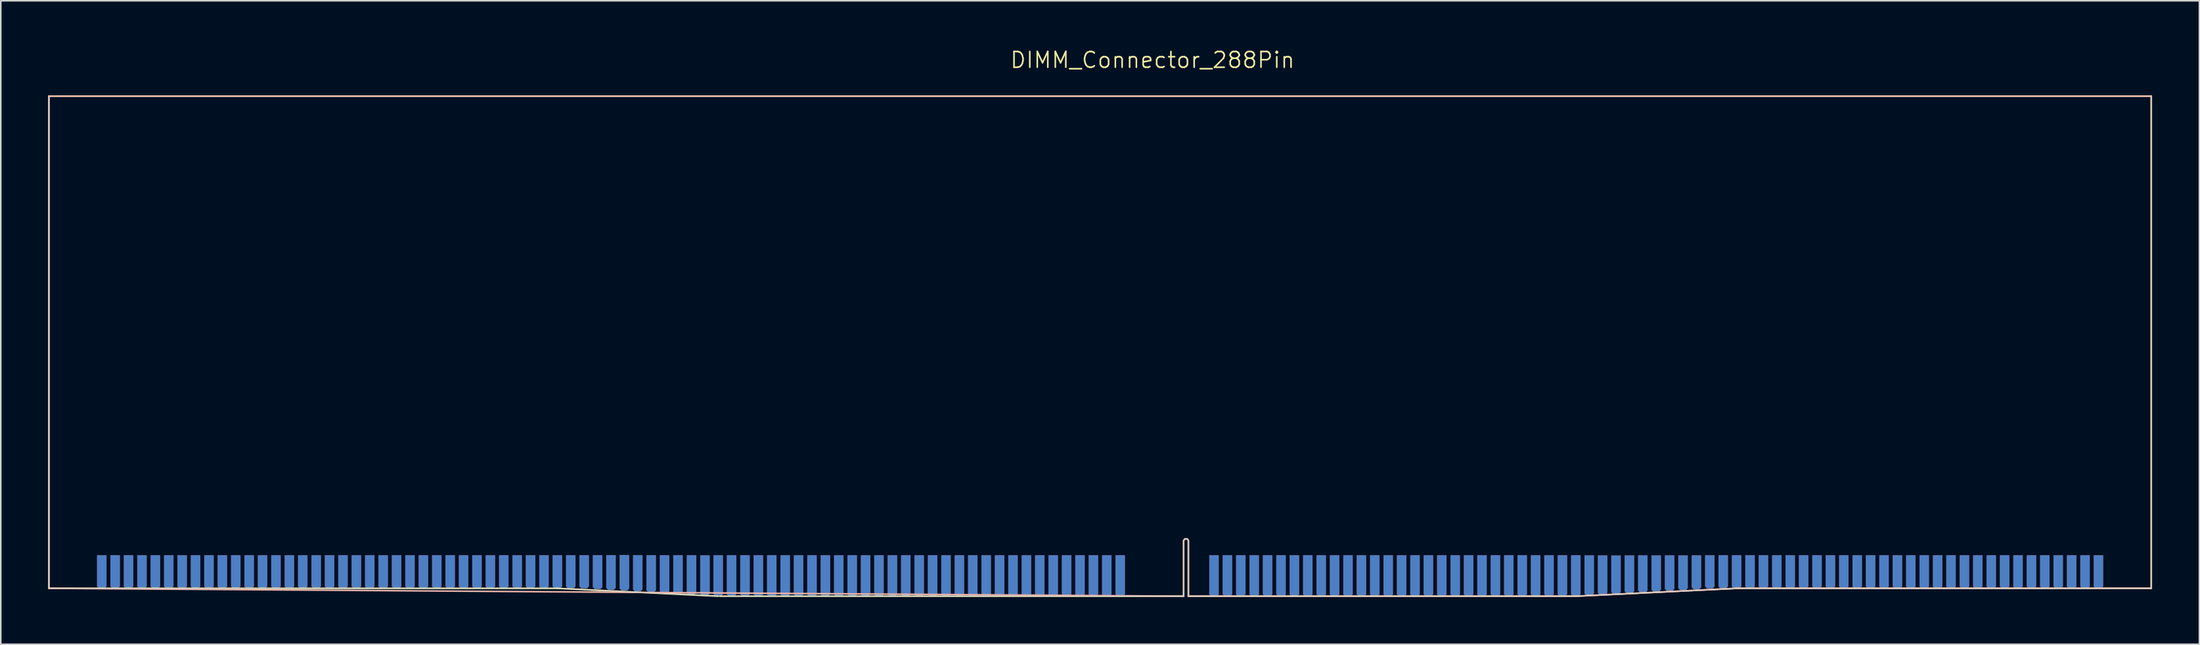
<source format=kicad_pcb>
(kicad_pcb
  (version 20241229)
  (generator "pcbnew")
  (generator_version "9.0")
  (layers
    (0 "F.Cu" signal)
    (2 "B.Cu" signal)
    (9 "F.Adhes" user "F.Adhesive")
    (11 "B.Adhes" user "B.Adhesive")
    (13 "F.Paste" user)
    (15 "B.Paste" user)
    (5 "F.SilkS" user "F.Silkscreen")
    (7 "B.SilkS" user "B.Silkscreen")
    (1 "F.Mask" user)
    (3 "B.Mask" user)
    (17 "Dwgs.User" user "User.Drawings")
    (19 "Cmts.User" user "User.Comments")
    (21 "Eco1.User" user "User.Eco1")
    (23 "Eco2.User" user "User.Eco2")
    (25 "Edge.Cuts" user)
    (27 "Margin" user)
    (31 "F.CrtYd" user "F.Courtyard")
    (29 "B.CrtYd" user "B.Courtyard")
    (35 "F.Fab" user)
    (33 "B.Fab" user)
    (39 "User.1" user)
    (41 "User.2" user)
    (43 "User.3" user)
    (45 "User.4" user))
  (footprint "DIMM_Connector_288Pin"
    (layer "F.Cu")
    (at 69.73 2.111)
    (property "Reference" "DIMM_Connector_288Pin" (at 0.325 -1.35 0) (unlocked yes) (layer "F.SilkS") (effects (font (size 1 1) (thickness 0.1))))
    (attr smd)
    (fp_line (start -66.325 0.95) (end 60.425 0.95) (stroke (width 0.1) (type default)) (layer "F.Mask"))
    (fp_rect (start -66.775 0.95) (end 61.05 28.79) (stroke (width 0.1) (type solid)) (fill yes) (layer "F.Mask"))
    (fp_rect (start -66.78 0.95) (end 61.05 28.79) (stroke (width 0.1) (type solid)) (fill yes) (layer "B.Mask"))
    (fp_line (start -69.675 0.95) (end 63.675 0.95) (stroke (width 0.1) (type default)) (layer "F.SilkS"))
    (fp_line (start -69.675 32.2) (end -69.675 0.95) (stroke (width 0.1) (type default)) (layer "F.SilkS"))
    (fp_line (start -37.425 32.2) (end -69.675 32.2) (stroke (width 0.1) (type default)) (layer "F.SilkS"))
    (fp_line (start -27.225 32.7) (end -37.425 32.2) (stroke (width 0.1) (type default)) (layer "F.SilkS"))
    (fp_line (start 2.3 32.7) (end -27.125 32.7) (stroke (width 0.1) (type default)) (layer "F.SilkS"))
    (fp_line (start 2.3 32.7) (end 2.3 29.2) (stroke (width 0.1) (type default)) (layer "F.SilkS"))
    (fp_line (start 2.6 29.2) (end 2.6 32.7) (stroke (width 0.1) (type default)) (layer "F.SilkS"))
    (fp_line (start 27.175 32.7) (end 2.6 32.7) (stroke (width 0.1) (type default)) (layer "F.SilkS"))
    (fp_line (start 37.375 32.2) (end 27.175 32.7) (stroke (width 0.1) (type default)) (layer "F.SilkS"))
    (fp_line (start 63.675 0.95) (end 63.675 32.2) (stroke (width 0.1) (type default)) (layer "F.SilkS"))
    (fp_line (start 63.675 32.2) (end 37.375 32.2) (stroke (width 0.1) (type default)) (layer "F.SilkS"))
    (fp_arc (start 2.3 29.2) (mid 2.45 29.05) (end 2.6 29.2) (stroke (width 0.1) (type default)) (layer "F.SilkS"))
    (fp_line (start -69.68 0.95) (end -69.68 32.2) (stroke (width 0.1) (type default)) (layer "B.SilkS"))
    (fp_line (start -69.68 32.2) (end 2.3 32.701) (stroke (width 0.1) (type default)) (layer "B.SilkS"))
    (fp_line (start 2.3 32.7) (end 2.3 29.2) (stroke (width 0.1) (type default)) (layer "B.SilkS"))
    (fp_line (start 2.6 29.2) (end 2.6 32.7) (stroke (width 0.1) (type default)) (layer "B.SilkS"))
    (fp_line (start 2.6 32.7) (end 27.18 32.7) (stroke (width 0.1) (type default)) (layer "B.SilkS"))
    (fp_line (start 27.18 32.7) (end 37.37 32.2) (stroke (width 0.1) (type default)) (layer "B.SilkS"))
    (fp_line (start 37.37 32.2) (end 63.68 32.2) (stroke (width 0.1) (type default)) (layer "B.SilkS"))
    (fp_line (start 63.68 0.95) (end -69.68 0.95) (stroke (width 0.1) (type default)) (layer "B.SilkS"))
    (fp_line (start 63.68 32.2) (end 63.68 0.95) (stroke (width 0.1) (type default)) (layer "B.SilkS"))
    (fp_arc (start 2.3 29.2) (mid 2.45 29.05) (end 2.6 29.2) (stroke (width 0.1) (type default)) (layer "B.SilkS"))
    (fp_line (start -69.675 0.95) (end -69.675 32.2) (stroke (width 0.05) (type solid)) (layer "Edge.Cuts"))
    (fp_line (start -69.675 32.2) (end -66.325 32.2) (stroke (width 0.05) (type solid)) (layer "Edge.Cuts"))
    (fp_line (start -66.325 32.2) (end -37.425 32.2) (stroke (width 0.05) (type solid)) (layer "Edge.Cuts"))
    (fp_line (start -27.225 32.7) (end -37.425 32.2) (stroke (width 0.05) (type default)) (layer "Edge.Cuts"))
    (fp_line (start -26.975 32.7) (end 2.3 32.7) (stroke (width 0.05) (type solid)) (layer "Edge.Cuts"))
    (fp_line (start 2.3 32.7) (end 2.3 29.2) (stroke (width 0.05) (type default)) (layer "Edge.Cuts"))
    (fp_line (start 2.6 29.2) (end 2.6 32.7) (stroke (width 0.05) (type default)) (layer "Edge.Cuts"))
    (fp_line (start 2.6 32.7) (end 4.225 32.7) (stroke (width 0.05) (type default)) (layer "Edge.Cuts"))
    (fp_line (start 27.175 32.7) (end 4.225 32.7) (stroke (width 0.05) (type solid)) (layer "Edge.Cuts"))
    (fp_line (start 27.175 32.7) (end 37.375 32.2) (stroke (width 0.05) (type default)) (layer "Edge.Cuts"))
    (fp_line (start 60.325 32.2) (end 37.375 32.2) (stroke (width 0.05) (type solid)) (layer "Edge.Cuts"))
    (fp_line (start 63.675 0.95) (end 63.675 32.2) (stroke (width 0.05) (type solid)) (layer "Edge.Cuts"))
    (fp_line (start 63.675 32.2) (end 60.325 32.2) (stroke (width 0.05) (type solid)) (layer "Edge.Cuts"))
    (fp_arc (start 2.3 29.2) (mid 2.45 29.05) (end 2.6 29.2) (stroke (width 0.05) (type default)) (layer "Edge.Cuts"))
    (pad "1" connect roundrect (at -66.325 31.15) (size 0.6 2.1) (layers "F.Cu" "F.Mask") (roundrect_rratio 0) (chamfer_ratio 0.2) (chamfer bottom_left bottom_right))
    (pad "2" connect roundrect (at -65.475 31.15) (size 0.6 2.1) (layers "F.Cu" "F.Mask") (roundrect_rratio 0) (chamfer_ratio 0.2) (chamfer bottom_left bottom_right))
    (pad "3" connect roundrect (at -64.625 31.15) (size 0.6 2.1) (layers "F.Cu" "F.Mask") (roundrect_rratio 0) (chamfer_ratio 0.2) (chamfer bottom_left bottom_right))
    (pad "4" connect roundrect (at -63.775 31.15) (size 0.6 2.1) (layers "F.Cu" "F.Mask") (roundrect_rratio 0) (chamfer_ratio 0.2) (chamfer bottom_left bottom_right))
    (pad "5" connect roundrect (at -62.925 31.15) (size 0.6 2.1) (layers "F.Cu" "F.Mask") (roundrect_rratio 0) (chamfer_ratio 0.2) (chamfer bottom_left bottom_right))
    (pad "6" connect roundrect (at -62.075 31.15) (size 0.6 2.1) (layers "F.Cu" "F.Mask") (roundrect_rratio 0) (chamfer_ratio 0.2) (chamfer bottom_left bottom_right))
    (pad "7" connect roundrect (at -61.225 31.15) (size 0.6 2.1) (layers "F.Cu" "F.Mask") (roundrect_rratio 0) (chamfer_ratio 0.2) (chamfer bottom_left bottom_right))
    (pad "8" connect roundrect (at -60.375 31.15) (size 0.6 2.1) (layers "F.Cu" "F.Mask") (roundrect_rratio 0) (chamfer_ratio 0.2) (chamfer bottom_left bottom_right))
    (pad "9" connect roundrect (at -59.525 31.15) (size 0.6 2.1) (layers "F.Cu" "F.Mask") (roundrect_rratio 0) (chamfer_ratio 0.2) (chamfer bottom_left bottom_right))
    (pad "10" connect roundrect (at -58.675 31.15) (size 0.6 2.1) (layers "F.Cu" "F.Mask") (roundrect_rratio 0) (chamfer_ratio 0.2) (chamfer bottom_left bottom_right))
    (pad "11" connect roundrect (at -57.825 31.15) (size 0.6 2.1) (layers "F.Cu" "F.Mask") (roundrect_rratio 0) (chamfer_ratio 0.2) (chamfer bottom_left bottom_right))
    (pad "12" connect roundrect (at -56.975 31.15) (size 0.6 2.1) (layers "F.Cu" "F.Mask") (roundrect_rratio 0) (chamfer_ratio 0.2) (chamfer bottom_left bottom_right))
    (pad "13" connect roundrect (at -56.125 31.15) (size 0.6 2.1) (layers "F.Cu" "F.Mask") (roundrect_rratio 0) (chamfer_ratio 0.2) (chamfer bottom_left bottom_right))
    (pad "14" connect roundrect (at -55.275 31.15) (size 0.6 2.1) (layers "F.Cu" "F.Mask") (roundrect_rratio 0) (chamfer_ratio 0.2) (chamfer bottom_left bottom_right))
    (pad "15" connect roundrect (at -54.425 31.15) (size 0.6 2.1) (layers "F.Cu" "F.Mask") (roundrect_rratio 0) (chamfer_ratio 0.2) (chamfer bottom_left bottom_right))
    (pad "16" connect roundrect (at -53.575 31.15) (size 0.6 2.1) (layers "F.Cu" "F.Mask") (roundrect_rratio 0) (chamfer_ratio 0.2) (chamfer bottom_left bottom_right))
    (pad "17" connect roundrect (at -52.725 31.15) (size 0.6 2.1) (layers "F.Cu" "F.Mask") (roundrect_rratio 0) (chamfer_ratio 0.2) (chamfer bottom_left bottom_right))
    (pad "18" connect roundrect (at -51.875 31.15) (size 0.6 2.1) (layers "F.Cu" "F.Mask") (roundrect_rratio 0) (chamfer_ratio 0.2) (chamfer bottom_left bottom_right))
    (pad "19" connect roundrect (at -51.025 31.15) (size 0.6 2.1) (layers "F.Cu" "F.Mask") (roundrect_rratio 0) (chamfer_ratio 0.2) (chamfer bottom_left bottom_right))
    (pad "20" connect roundrect (at -50.175 31.15) (size 0.6 2.1) (layers "F.Cu" "F.Mask") (roundrect_rratio 0) (chamfer_ratio 0.2) (chamfer bottom_left bottom_right))
    (pad "21" connect roundrect (at -49.325 31.15) (size 0.6 2.1) (layers "F.Cu" "F.Mask") (roundrect_rratio 0) (chamfer_ratio 0.2) (chamfer bottom_left bottom_right))
    (pad "22" connect roundrect (at -48.475 31.15) (size 0.6 2.1) (layers "F.Cu" "F.Mask") (roundrect_rratio 0) (chamfer_ratio 0.2) (chamfer bottom_left bottom_right))
    (pad "23" connect roundrect (at -47.625 31.15) (size 0.6 2.1) (layers "F.Cu" "F.Mask") (roundrect_rratio 0) (chamfer_ratio 0.2) (chamfer bottom_left bottom_right))
    (pad "24" connect roundrect (at -46.775 31.15) (size 0.6 2.1) (layers "F.Cu" "F.Mask") (roundrect_rratio 0) (chamfer_ratio 0.2) (chamfer bottom_left bottom_right))
    (pad "25" connect roundrect (at -45.925 31.15) (size 0.6 2.1) (layers "F.Cu" "F.Mask") (roundrect_rratio 0) (chamfer_ratio 0.2) (chamfer bottom_left bottom_right))
    (pad "26" connect roundrect (at -45.075 31.15) (size 0.6 2.1) (layers "F.Cu" "F.Mask") (roundrect_rratio 0) (chamfer_ratio 0.2) (chamfer bottom_left bottom_right))
    (pad "27" connect roundrect (at -44.225 31.15) (size 0.6 2.1) (layers "F.Cu" "F.Mask") (roundrect_rratio 0) (chamfer_ratio 0.2) (chamfer bottom_left bottom_right))
    (pad "28" connect roundrect (at -43.375 31.15) (size 0.6 2.1) (layers "F.Cu" "F.Mask") (roundrect_rratio 0) (chamfer_ratio 0.2) (chamfer bottom_left bottom_right))
    (pad "29" connect roundrect (at -42.525 31.15) (size 0.6 2.1) (layers "F.Cu" "F.Mask") (roundrect_rratio 0) (chamfer_ratio 0.2) (chamfer bottom_left bottom_right))
    (pad "30" connect roundrect (at -41.675 31.15) (size 0.6 2.1) (layers "F.Cu" "F.Mask") (roundrect_rratio 0) (chamfer_ratio 0.2) (chamfer bottom_left bottom_right))
    (pad "31" connect roundrect (at -40.825 31.15) (size 0.6 2.1) (layers "F.Cu" "F.Mask") (roundrect_rratio 0) (chamfer_ratio 0.2) (chamfer bottom_left bottom_right))
    (pad "32" connect roundrect (at -39.975 31.15) (size 0.6 2.1) (layers "F.Cu" "F.Mask") (roundrect_rratio 0) (chamfer_ratio 0.2) (chamfer bottom_left bottom_right))
    (pad "33" connect roundrect (at -39.125 31.15) (size 0.6 2.1) (layers "F.Cu" "F.Mask") (roundrect_rratio 0) (chamfer_ratio 0.2) (chamfer bottom_left bottom_right))
    (pad "34" connect roundrect (at -38.275 31.15) (size 0.6 2.1) (layers "F.Cu" "F.Mask") (roundrect_rratio 0) (chamfer_ratio 0.2) (chamfer bottom_left bottom_right))
    (pad "35" connect roundrect (at -37.425 31.15) (size 0.6 2.1) (layers "F.Cu" "F.Mask") (roundrect_rratio 0) (chamfer_ratio 0.2) (chamfer bottom_left bottom_right))
    (pad "36" connect roundrect (at -36.575 31.15) (size 0.6 2.1) (layers "F.Cu" "F.Mask") (roundrect_rratio 0) (chamfer_ratio 0.2) (chamfer bottom_left bottom_right))
    (pad "37" connect roundrect (at -35.725 31.15) (size 0.6 2.1) (layers "F.Cu" "F.Mask") (roundrect_rratio 0) (chamfer_ratio 0.2) (chamfer bottom_left bottom_right))
    (pad "38" connect roundrect (at -34.875 31.17) (size 0.6 2.15) (layers "F.Cu" "F.Mask") (roundrect_rratio 0) (chamfer_ratio 0.2) (chamfer bottom_left bottom_right))
    (pad "39" connect roundrect (at -34.025 31.19) (size 0.6 2.2) (layers "F.Cu" "F.Mask") (roundrect_rratio 0) (chamfer_ratio 0.2) (chamfer bottom_left bottom_right))
    (pad "40" connect roundrect (at -33.175 31.21) (size 0.6 2.25) (layers "F.Cu" "F.Mask") (roundrect_rratio 0) (chamfer_ratio 0.2) (chamfer bottom_left bottom_right))
    (pad "41" connect roundrect (at -32.325 31.24) (size 0.6 2.3) (layers "F.Cu" "F.Mask") (roundrect_rratio 0) (chamfer_ratio 0.2) (chamfer bottom_left bottom_right))
    (pad "42" connect roundrect (at -31.475 31.27) (size 0.6 2.35) (layers "F.Cu" "F.Mask") (roundrect_rratio 0) (chamfer_ratio 0.2) (chamfer bottom_left bottom_right))
    (pad "43" connect roundrect (at -30.625 31.3) (size 0.6 2.4) (layers "F.Cu" "F.Mask") (roundrect_rratio 0) (chamfer_ratio 0.2) (chamfer bottom_left bottom_right))
    (pad "44" connect roundrect (at -29.775 31.32) (size 0.6 2.45) (layers "F.Cu" "F.Mask") (roundrect_rratio 0) (chamfer_ratio 0.2) (chamfer bottom_left bottom_right))
    (pad "45" connect roundrect (at -28.915 31.35) (size 0.6 2.5) (layers "F.Cu" "F.Mask") (roundrect_rratio 0) (chamfer_ratio 0.2) (chamfer bottom_left bottom_right))
    (pad "46" connect roundrect (at -28.065 31.38) (size 0.6 2.55) (layers "F.Cu" "F.Mask") (roundrect_rratio 0) (chamfer_ratio 0.2) (chamfer bottom_left bottom_right))
    (pad "47" connect roundrect (at -27.225 31.4) (size 0.6 2.6) (layers "F.Cu" "F.Mask") (roundrect_rratio 0) (chamfer_ratio 0.2) (chamfer bottom_left bottom_right))
    (pad "48" connect roundrect (at -26.375 31.4) (size 0.6 2.6) (layers "F.Cu" "F.Mask") (roundrect_rratio 0) (chamfer_ratio 0.2) (chamfer bottom_left bottom_right))
    (pad "49" connect roundrect (at -25.525 31.4) (size 0.6 2.6) (layers "F.Cu" "F.Mask") (roundrect_rratio 0) (chamfer_ratio 0.2) (chamfer bottom_left bottom_right))
    (pad "50" connect roundrect (at -24.675 31.4) (size 0.6 2.6) (layers "F.Cu" "F.Mask") (roundrect_rratio 0) (chamfer_ratio 0.2) (chamfer bottom_left bottom_right))
    (pad "51" connect roundrect (at -23.825 31.4) (size 0.6 2.6) (layers "F.Cu" "F.Mask") (roundrect_rratio 0) (chamfer_ratio 0.2) (chamfer bottom_left bottom_right))
    (pad "52" connect roundrect (at -22.975 31.4) (size 0.6 2.6) (layers "F.Cu" "F.Mask") (roundrect_rratio 0) (chamfer_ratio 0.2) (chamfer bottom_left bottom_right))
    (pad "53" connect roundrect (at -22.125 31.4) (size 0.6 2.6) (layers "F.Cu" "F.Mask") (roundrect_rratio 0) (chamfer_ratio 0.2) (chamfer bottom_left bottom_right))
    (pad "54" connect roundrect (at -21.275 31.4) (size 0.6 2.6) (layers "F.Cu" "F.Mask") (roundrect_rratio 0) (chamfer_ratio 0.2) (chamfer bottom_left bottom_right))
    (pad "55" connect roundrect (at -20.425 31.4) (size 0.6 2.6) (layers "F.Cu" "F.Mask") (roundrect_rratio 0) (chamfer_ratio 0.2) (chamfer bottom_left bottom_right))
    (pad "56" connect roundrect (at -19.575 31.4) (size 0.6 2.6) (layers "F.Cu" "F.Mask") (roundrect_rratio 0) (chamfer_ratio 0.2) (chamfer bottom_left bottom_right))
    (pad "57" connect roundrect (at -18.725 31.4) (size 0.6 2.6) (layers "F.Cu" "F.Mask") (roundrect_rratio 0) (chamfer_ratio 0.2) (chamfer bottom_left bottom_right))
    (pad "58" connect roundrect (at -17.875 31.4) (size 0.6 2.6) (layers "F.Cu" "F.Mask") (roundrect_rratio 0) (chamfer_ratio 0.2) (chamfer bottom_left bottom_right))
    (pad "59" connect roundrect (at -17.025 31.4) (size 0.6 2.6) (layers "F.Cu" "F.Mask") (roundrect_rratio 0) (chamfer_ratio 0.2) (chamfer bottom_left bottom_right))
    (pad "60" connect roundrect (at -16.175 31.4) (size 0.6 2.6) (layers "F.Cu" "F.Mask") (roundrect_rratio 0) (chamfer_ratio 0.2) (chamfer bottom_left bottom_right))
    (pad "61" connect roundrect (at -15.325 31.4) (size 0.6 2.6) (layers "F.Cu" "F.Mask") (roundrect_rratio 0) (chamfer_ratio 0.2) (chamfer bottom_left bottom_right))
    (pad "62" connect roundrect (at -14.475 31.4) (size 0.6 2.6) (layers "F.Cu" "F.Mask") (roundrect_rratio 0) (chamfer_ratio 0.2) (chamfer bottom_left bottom_right))
    (pad "63" connect roundrect (at -13.625 31.4) (size 0.6 2.6) (layers "F.Cu" "F.Mask") (roundrect_rratio 0) (chamfer_ratio 0.2) (chamfer bottom_left bottom_right))
    (pad "64" connect roundrect (at -12.775 31.4) (size 0.6 2.6) (layers "F.Cu" "F.Mask") (roundrect_rratio 0) (chamfer_ratio 0.2) (chamfer bottom_left bottom_right))
    (pad "65" connect roundrect (at -11.925 31.4) (size 0.6 2.6) (layers "F.Cu" "F.Mask") (roundrect_rratio 0) (chamfer_ratio 0.2) (chamfer bottom_left bottom_right))
    (pad "66" connect roundrect (at -11.075 31.4) (size 0.6 2.6) (layers "F.Cu" "F.Mask") (roundrect_rratio 0) (chamfer_ratio 0.2) (chamfer bottom_left bottom_right))
    (pad "67" connect roundrect (at -10.225 31.4) (size 0.6 2.6) (layers "F.Cu" "F.Mask") (roundrect_rratio 0) (chamfer_ratio 0.2) (chamfer bottom_left bottom_right))
    (pad "68" connect roundrect (at -9.375 31.4) (size 0.6 2.6) (layers "F.Cu" "F.Mask") (roundrect_rratio 0) (chamfer_ratio 0.2) (chamfer bottom_left bottom_right))
    (pad "69" connect roundrect (at -8.525 31.4) (size 0.6 2.6) (layers "F.Cu" "F.Mask") (roundrect_rratio 0) (chamfer_ratio 0.2) (chamfer bottom_left bottom_right))
    (pad "70" connect roundrect (at -7.675 31.4) (size 0.6 2.6) (layers "F.Cu" "F.Mask") (roundrect_rratio 0) (chamfer_ratio 0.2) (chamfer bottom_left bottom_right))
    (pad "71" connect roundrect (at -6.825 31.4) (size 0.6 2.6) (layers "F.Cu" "F.Mask") (roundrect_rratio 0) (chamfer_ratio 0.2) (chamfer bottom_left bottom_right))
    (pad "72" connect roundrect (at -5.975 31.4) (size 0.6 2.6) (layers "F.Cu" "F.Mask") (roundrect_rratio 0) (chamfer_ratio 0.2) (chamfer bottom_left bottom_right))
    (pad "73" connect roundrect (at -5.125 31.4) (size 0.6 2.6) (layers "F.Cu" "F.Mask") (roundrect_rratio 0) (chamfer_ratio 0.2) (chamfer bottom_left bottom_right))
    (pad "74" connect roundrect (at -4.275 31.4) (size 0.6 2.6) (layers "F.Cu" "F.Mask") (roundrect_rratio 0) (chamfer_ratio 0.2) (chamfer bottom_left bottom_right))
    (pad "75" connect roundrect (at -3.425 31.4) (size 0.6 2.6) (layers "F.Cu" "F.Mask") (roundrect_rratio 0) (chamfer_ratio 0.2) (chamfer bottom_left bottom_right))
    (pad "76" connect roundrect (at -2.575 31.4) (size 0.6 2.6) (layers "F.Cu" "F.Mask") (roundrect_rratio 0) (chamfer_ratio 0.2) (chamfer bottom_left bottom_right))
    (pad "77" connect roundrect (at -1.725 31.4) (size 0.6 2.6) (layers "F.Cu" "F.Mask") (roundrect_rratio 0) (chamfer_ratio 0.2) (chamfer bottom_left bottom_right))
    (pad "78" connect roundrect (at 4.225 31.4) (size 0.6 2.6) (layers "F.Cu" "F.Mask") (roundrect_rratio 0) (chamfer_ratio 0.2) (chamfer bottom_left bottom_right))
    (pad "79" connect roundrect (at 5.075 31.4) (size 0.6 2.6) (layers "F.Cu" "F.Mask") (roundrect_rratio 0) (chamfer_ratio 0.2) (chamfer bottom_left bottom_right))
    (pad "80" connect roundrect (at 5.925 31.4) (size 0.6 2.6) (layers "F.Cu" "F.Mask") (roundrect_rratio 0) (chamfer_ratio 0.2) (chamfer bottom_left bottom_right))
    (pad "81" connect roundrect (at 6.775 31.4) (size 0.6 2.6) (layers "F.Cu" "F.Mask") (roundrect_rratio 0) (chamfer_ratio 0.2) (chamfer bottom_left bottom_right))
    (pad "82" connect roundrect (at 7.625 31.4) (size 0.6 2.6) (layers "F.Cu" "F.Mask") (roundrect_rratio 0) (chamfer_ratio 0.2) (chamfer bottom_left bottom_right))
    (pad "83" connect roundrect (at 8.475 31.4) (size 0.6 2.6) (layers "F.Cu" "F.Mask") (roundrect_rratio 0) (chamfer_ratio 0.2) (chamfer bottom_left bottom_right))
    (pad "84" connect roundrect (at 9.325 31.4) (size 0.6 2.6) (layers "F.Cu" "F.Mask") (roundrect_rratio 0) (chamfer_ratio 0.2) (chamfer bottom_left bottom_right))
    (pad "85" connect roundrect (at 10.175 31.4) (size 0.6 2.6) (layers "F.Cu" "F.Mask") (roundrect_rratio 0) (chamfer_ratio 0.2) (chamfer bottom_left bottom_right))
    (pad "86" connect roundrect (at 11.025 31.4) (size 0.6 2.6) (layers "F.Cu" "F.Mask") (roundrect_rratio 0) (chamfer_ratio 0.2) (chamfer bottom_left bottom_right))
    (pad "87" connect roundrect (at 11.875 31.4) (size 0.6 2.6) (layers "F.Cu" "F.Mask") (roundrect_rratio 0) (chamfer_ratio 0.2) (chamfer bottom_left bottom_right))
    (pad "88" connect roundrect (at 12.725 31.4) (size 0.6 2.6) (layers "F.Cu" "F.Mask") (roundrect_rratio 0) (chamfer_ratio 0.2) (chamfer bottom_left bottom_right))
    (pad "89" connect roundrect (at 13.575 31.4) (size 0.6 2.6) (layers "F.Cu" "F.Mask") (roundrect_rratio 0) (chamfer_ratio 0.2) (chamfer bottom_left bottom_right))
    (pad "90" connect roundrect (at 14.425 31.4) (size 0.6 2.6) (layers "F.Cu" "F.Mask") (roundrect_rratio 0) (chamfer_ratio 0.2) (chamfer bottom_left bottom_right))
    (pad "91" connect roundrect (at 15.275 31.4) (size 0.6 2.6) (layers "F.Cu" "F.Mask") (roundrect_rratio 0) (chamfer_ratio 0.2) (chamfer bottom_left bottom_right))
    (pad "92" connect roundrect (at 16.125 31.4) (size 0.6 2.6) (layers "F.Cu" "F.Mask") (roundrect_rratio 0) (chamfer_ratio 0.2) (chamfer bottom_left bottom_right))
    (pad "93" connect roundrect (at 16.975 31.4) (size 0.6 2.6) (layers "F.Cu" "F.Mask") (roundrect_rratio 0) (chamfer_ratio 0.2) (chamfer bottom_left bottom_right))
    (pad "94" connect roundrect (at 17.825 31.4) (size 0.6 2.6) (layers "F.Cu" "F.Mask") (roundrect_rratio 0) (chamfer_ratio 0.2) (chamfer bottom_left bottom_right))
    (pad "95" connect roundrect (at 18.675 31.4) (size 0.6 2.6) (layers "F.Cu" "F.Mask") (roundrect_rratio 0) (chamfer_ratio 0.2) (chamfer bottom_left bottom_right))
    (pad "96" connect roundrect (at 19.525 31.4) (size 0.6 2.6) (layers "F.Cu" "F.Mask") (roundrect_rratio 0) (chamfer_ratio 0.2) (chamfer bottom_left bottom_right))
    (pad "97" connect roundrect (at 20.375 31.4) (size 0.6 2.6) (layers "F.Cu" "F.Mask") (roundrect_rratio 0) (chamfer_ratio 0.2) (chamfer bottom_left bottom_right))
    (pad "98" connect roundrect (at 21.225 31.4) (size 0.6 2.6) (layers "F.Cu" "F.Mask") (roundrect_rratio 0) (chamfer_ratio 0.2) (chamfer bottom_left bottom_right))
    (pad "99" connect roundrect (at 22.075 31.4) (size 0.6 2.6) (layers "F.Cu" "F.Mask") (roundrect_rratio 0) (chamfer_ratio 0.2) (chamfer bottom_left bottom_right))
    (pad "100" connect roundrect (at 22.925 31.4) (size 0.6 2.6) (layers "F.Cu" "F.Mask") (roundrect_rratio 0) (chamfer_ratio 0.2) (chamfer bottom_left bottom_right))
    (pad "101" connect roundrect (at 23.775 31.4) (size 0.6 2.6) (layers "F.Cu" "F.Mask") (roundrect_rratio 0) (chamfer_ratio 0.2) (chamfer bottom_left bottom_right))
    (pad "102" connect roundrect (at 24.625 31.4) (size 0.6 2.6) (layers "F.Cu" "F.Mask") (roundrect_rratio 0) (chamfer_ratio 0.2) (chamfer bottom_left bottom_right))
    (pad "103" connect roundrect (at 25.475 31.4) (size 0.6 2.6) (layers "F.Cu" "F.Mask") (roundrect_rratio 0) (chamfer_ratio 0.2) (chamfer bottom_left bottom_right))
    (pad "104" connect roundrect (at 26.325 31.4) (size 0.6 2.6) (layers "F.Cu" "F.Mask") (roundrect_rratio 0) (chamfer_ratio 0.2) (chamfer bottom_left bottom_right))
    (pad "105" connect roundrect (at 27.175 31.4) (size 0.6 2.6) (layers "F.Cu" "F.Mask") (roundrect_rratio 0) (chamfer_ratio 0.2) (chamfer bottom_left bottom_right))
    (pad "106" connect roundrect (at 28.025 31.38) (size 0.6 2.55) (layers "F.Cu" "F.Mask") (roundrect_rratio 0) (chamfer_ratio 0.2) (chamfer bottom_left bottom_right))
    (pad "107" connect roundrect (at 28.875 31.36) (size 0.6 2.5) (layers "F.Cu" "F.Mask") (roundrect_rratio 0) (chamfer_ratio 0.2) (chamfer bottom_left bottom_right))
    (pad "108" connect roundrect (at 29.725 31.34) (size 0.6 2.45) (layers "F.Cu" "F.Mask") (roundrect_rratio 0) (chamfer_ratio 0.2) (chamfer bottom_left bottom_right))
    (pad "109" connect roundrect (at 30.575 31.31) (size 0.6 2.4) (layers "F.Cu" "F.Mask") (roundrect_rratio 0) (chamfer_ratio 0.2) (chamfer bottom_left bottom_right))
    (pad "110" connect roundrect (at 31.425 31.28) (size 0.6 2.35) (layers "F.Cu" "F.Mask") (roundrect_rratio 0) (chamfer_ratio 0.2) (chamfer bottom_left bottom_right))
    (pad "111" connect roundrect (at 32.275 31.26) (size 0.6 2.3) (layers "F.Cu" "F.Mask") (roundrect_rratio 0) (chamfer_ratio 0.2) (chamfer bottom_left bottom_right))
    (pad "112" connect roundrect (at 33.125 31.23) (size 0.6 2.25) (layers "F.Cu" "F.Mask") (roundrect_rratio 0) (chamfer_ratio 0.2) (chamfer bottom_left bottom_right))
    (pad "113" connect roundrect (at 33.975 31.21) (size 0.6 2.2) (layers "F.Cu" "F.Mask") (roundrect_rratio 0) (chamfer_ratio 0.2) (chamfer bottom_left bottom_right))
    (pad "114" connect roundrect (at 34.825 31.18) (size 0.6 2.15) (layers "F.Cu" "F.Mask") (roundrect_rratio 0) (chamfer_ratio 0.2) (chamfer bottom_left bottom_right))
    (pad "115" connect roundrect (at 35.675 31.15) (size 0.6 2.1) (layers "F.Cu" "F.Mask") (roundrect_rratio 0) (chamfer_ratio 0.2) (chamfer bottom_left bottom_right))
    (pad "116" connect roundrect (at 36.525 31.15) (size 0.6 2.1) (layers "F.Cu" "F.Mask") (roundrect_rratio 0) (chamfer_ratio 0.2) (chamfer bottom_left bottom_right))
    (pad "117" connect roundrect (at 37.375 31.15) (size 0.6 2.1) (layers "F.Cu" "F.Mask") (roundrect_rratio 0) (chamfer_ratio 0.2) (chamfer bottom_left bottom_right))
    (pad "118" connect roundrect (at 38.225 31.15) (size 0.6 2.1) (layers "F.Cu" "F.Mask") (roundrect_rratio 0) (chamfer_ratio 0.2) (chamfer bottom_left bottom_right))
    (pad "119" connect roundrect (at 39.075 31.15) (size 0.6 2.1) (layers "F.Cu" "F.Mask") (roundrect_rratio 0) (chamfer_ratio 0.2) (chamfer bottom_left bottom_right))
    (pad "120" connect roundrect (at 39.925 31.15) (size 0.6 2.1) (layers "F.Cu" "F.Mask") (roundrect_rratio 0) (chamfer_ratio 0.2) (chamfer bottom_left bottom_right))
    (pad "121" connect roundrect (at 40.775 31.15) (size 0.6 2.1) (layers "F.Cu" "F.Mask") (roundrect_rratio 0) (chamfer_ratio 0.2) (chamfer bottom_left bottom_right))
    (pad "122" connect roundrect (at 41.625 31.15) (size 0.6 2.1) (layers "F.Cu" "F.Mask") (roundrect_rratio 0) (chamfer_ratio 0.2) (chamfer bottom_left bottom_right))
    (pad "123" connect roundrect (at 42.475 31.15) (size 0.6 2.1) (layers "F.Cu" "F.Mask") (roundrect_rratio 0) (chamfer_ratio 0.2) (chamfer bottom_left bottom_right))
    (pad "124" connect roundrect (at 43.325 31.15) (size 0.6 2.1) (layers "F.Cu" "F.Mask") (roundrect_rratio 0) (chamfer_ratio 0.2) (chamfer bottom_left bottom_right))
    (pad "125" connect roundrect (at 44.175 31.15) (size 0.6 2.1) (layers "F.Cu" "F.Mask") (roundrect_rratio 0) (chamfer_ratio 0.2) (chamfer bottom_left bottom_right))
    (pad "126" connect roundrect (at 45.025 31.15) (size 0.6 2.1) (layers "F.Cu" "F.Mask") (roundrect_rratio 0) (chamfer_ratio 0.2) (chamfer bottom_left bottom_right))
    (pad "127" connect roundrect (at 45.875 31.15) (size 0.6 2.1) (layers "F.Cu" "F.Mask") (roundrect_rratio 0) (chamfer_ratio 0.2) (chamfer bottom_left bottom_right))
    (pad "128" connect roundrect (at 46.725 31.15) (size 0.6 2.1) (layers "F.Cu" "F.Mask") (roundrect_rratio 0) (chamfer_ratio 0.2) (chamfer bottom_left bottom_right))
    (pad "129" connect roundrect (at 47.575 31.15) (size 0.6 2.1) (layers "F.Cu" "F.Mask") (roundrect_rratio 0) (chamfer_ratio 0.2) (chamfer bottom_left bottom_right))
    (pad "130" connect roundrect (at 48.425 31.15) (size 0.6 2.1) (layers "F.Cu" "F.Mask") (roundrect_rratio 0) (chamfer_ratio 0.2) (chamfer bottom_left bottom_right))
    (pad "131" connect roundrect (at 49.275 31.15) (size 0.6 2.1) (layers "F.Cu" "F.Mask") (roundrect_rratio 0) (chamfer_ratio 0.2) (chamfer bottom_left bottom_right))
    (pad "132" connect roundrect (at 50.125 31.15) (size 0.6 2.1) (layers "F.Cu" "F.Mask") (roundrect_rratio 0) (chamfer_ratio 0.2) (chamfer bottom_left bottom_right))
    (pad "133" connect roundrect (at 50.975 31.15) (size 0.6 2.1) (layers "F.Cu" "F.Mask") (roundrect_rratio 0) (chamfer_ratio 0.2) (chamfer bottom_left bottom_right))
    (pad "134" connect roundrect (at 51.825 31.15) (size 0.6 2.1) (layers "F.Cu" "F.Mask") (roundrect_rratio 0) (chamfer_ratio 0.2) (chamfer bottom_left bottom_right))
    (pad "135" connect roundrect (at 52.675 31.15) (size 0.6 2.1) (layers "F.Cu" "F.Mask") (roundrect_rratio 0) (chamfer_ratio 0.2) (chamfer bottom_left bottom_right))
    (pad "136" connect roundrect (at 53.525 31.15) (size 0.6 2.1) (layers "F.Cu" "F.Mask") (roundrect_rratio 0) (chamfer_ratio 0.2) (chamfer bottom_left bottom_right))
    (pad "137" connect roundrect (at 54.375 31.15) (size 0.6 2.1) (layers "F.Cu" "F.Mask") (roundrect_rratio 0) (chamfer_ratio 0.2) (chamfer bottom_left bottom_right))
    (pad "138" connect roundrect (at 55.225 31.15) (size 0.6 2.1) (layers "F.Cu" "F.Mask") (roundrect_rratio 0) (chamfer_ratio 0.2) (chamfer bottom_left bottom_right))
    (pad "139" connect roundrect (at 56.075 31.15) (size 0.6 2.1) (layers "F.Cu" "F.Mask") (roundrect_rratio 0) (chamfer_ratio 0.2) (chamfer bottom_left bottom_right))
    (pad "140" connect roundrect (at 56.925 31.15) (size 0.6 2.1) (layers "F.Cu" "F.Mask") (roundrect_rratio 0) (chamfer_ratio 0.2) (chamfer bottom_left bottom_right))
    (pad "141" connect roundrect (at 57.775 31.15) (size 0.6 2.1) (layers "F.Cu" "F.Mask") (roundrect_rratio 0) (chamfer_ratio 0.2) (chamfer bottom_left bottom_right))
    (pad "142" connect roundrect (at 58.625 31.15) (size 0.6 2.1) (layers "F.Cu" "F.Mask") (roundrect_rratio 0) (chamfer_ratio 0.2) (chamfer bottom_left bottom_right))
    (pad "143" connect roundrect (at 59.475 31.15) (size 0.6 2.1) (layers "F.Cu" "F.Mask") (roundrect_rratio 0) (chamfer_ratio 0.2) (chamfer bottom_left bottom_right))
    (pad "144" connect roundrect (at 60.325 31.15) (size 0.6 2.1) (layers "F.Cu" "F.Mask") (roundrect_rratio 0) (chamfer_ratio 0.2) (chamfer bottom_left bottom_right))
    (pad "145" connect roundrect (at -66.325 31.15) (size 0.6 2.1) (layers "B.Cu" "B.Mask") (roundrect_rratio 0) (chamfer_ratio 0.2) (chamfer bottom_left bottom_right))
    (pad "146" connect roundrect (at -65.475 31.15) (size 0.6 2.1) (layers "B.Cu" "B.Mask") (roundrect_rratio 0) (chamfer_ratio 0.2) (chamfer bottom_left bottom_right))
    (pad "147" connect roundrect (at -64.625 31.15) (size 0.6 2.1) (layers "B.Cu" "B.Mask") (roundrect_rratio 0) (chamfer_ratio 0.2) (chamfer bottom_left bottom_right))
    (pad "148" connect roundrect (at -63.775 31.15) (size 0.6 2.1) (layers "B.Cu" "B.Mask") (roundrect_rratio 0) (chamfer_ratio 0.2) (chamfer bottom_left bottom_right))
    (pad "149" connect roundrect (at -62.925 31.15) (size 0.6 2.1) (layers "B.Cu" "B.Mask") (roundrect_rratio 0) (chamfer_ratio 0.2) (chamfer bottom_left bottom_right))
    (pad "150" connect roundrect (at -62.075 31.15) (size 0.6 2.1) (layers "B.Cu" "B.Mask") (roundrect_rratio 0) (chamfer_ratio 0.2) (chamfer bottom_left bottom_right))
    (pad "151" connect roundrect (at -61.225 31.15) (size 0.6 2.1) (layers "B.Cu" "B.Mask") (roundrect_rratio 0) (chamfer_ratio 0.2) (chamfer bottom_left bottom_right))
    (pad "152" connect roundrect (at -60.375 31.15) (size 0.6 2.1) (layers "B.Cu" "B.Mask") (roundrect_rratio 0) (chamfer_ratio 0.2) (chamfer bottom_left bottom_right))
    (pad "153" connect roundrect (at -59.525 31.15) (size 0.6 2.1) (layers "B.Cu" "B.Mask") (roundrect_rratio 0) (chamfer_ratio 0.2) (chamfer bottom_left bottom_right))
    (pad "154" connect roundrect (at -58.675 31.15) (size 0.6 2.1) (layers "B.Cu" "B.Mask") (roundrect_rratio 0) (chamfer_ratio 0.2) (chamfer bottom_left bottom_right))
    (pad "155" connect roundrect (at -57.825 31.15) (size 0.6 2.1) (layers "B.Cu" "B.Mask") (roundrect_rratio 0) (chamfer_ratio 0.2) (chamfer bottom_left bottom_right))
    (pad "156" connect roundrect (at -56.975 31.15) (size 0.6 2.1) (layers "B.Cu" "B.Mask") (roundrect_rratio 0) (chamfer_ratio 0.2) (chamfer bottom_left bottom_right))
    (pad "157" connect roundrect (at -56.125 31.15) (size 0.6 2.1) (layers "B.Cu" "B.Mask") (roundrect_rratio 0) (chamfer_ratio 0.2) (chamfer bottom_left bottom_right))
    (pad "158" connect roundrect (at -55.275 31.15) (size 0.6 2.1) (layers "B.Cu" "B.Mask") (roundrect_rratio 0) (chamfer_ratio 0.2) (chamfer bottom_left bottom_right))
    (pad "159" connect roundrect (at -54.425 31.15) (size 0.6 2.1) (layers "B.Cu" "B.Mask") (roundrect_rratio 0) (chamfer_ratio 0.2) (chamfer bottom_left bottom_right))
    (pad "160" connect roundrect (at -53.575 31.15) (size 0.6 2.1) (layers "B.Cu" "B.Mask") (roundrect_rratio 0) (chamfer_ratio 0.2) (chamfer bottom_left bottom_right))
    (pad "161" connect roundrect (at -52.725 31.15) (size 0.6 2.1) (layers "B.Cu" "B.Mask") (roundrect_rratio 0) (chamfer_ratio 0.2) (chamfer bottom_left bottom_right))
    (pad "162" connect roundrect (at -51.875 31.15) (size 0.6 2.1) (layers "B.Cu" "B.Mask") (roundrect_rratio 0) (chamfer_ratio 0.2) (chamfer bottom_left bottom_right))
    (pad "163" connect roundrect (at -51.025 31.15) (size 0.6 2.1) (layers "B.Cu" "B.Mask") (roundrect_rratio 0) (chamfer_ratio 0.2) (chamfer bottom_left bottom_right))
    (pad "164" connect roundrect (at -50.175 31.15) (size 0.6 2.1) (layers "B.Cu" "B.Mask") (roundrect_rratio 0) (chamfer_ratio 0.2) (chamfer bottom_left bottom_right))
    (pad "165" connect roundrect (at -49.325 31.15) (size 0.6 2.1) (layers "B.Cu" "B.Mask") (roundrect_rratio 0) (chamfer_ratio 0.2) (chamfer bottom_left bottom_right))
    (pad "166" connect roundrect (at -48.475 31.15) (size 0.6 2.1) (layers "B.Cu" "B.Mask") (roundrect_rratio 0) (chamfer_ratio 0.2) (chamfer bottom_left bottom_right))
    (pad "167" connect roundrect (at -47.625 31.15) (size 0.6 2.1) (layers "B.Cu" "B.Mask") (roundrect_rratio 0) (chamfer_ratio 0.2) (chamfer bottom_left bottom_right))
    (pad "168" connect roundrect (at -46.775 31.15) (size 0.6 2.1) (layers "B.Cu" "B.Mask") (roundrect_rratio 0) (chamfer_ratio 0.2) (chamfer bottom_left bottom_right))
    (pad "169" connect roundrect (at -45.925 31.15) (size 0.6 2.1) (layers "B.Cu" "B.Mask") (roundrect_rratio 0) (chamfer_ratio 0.2) (chamfer bottom_left bottom_right))
    (pad "170" connect roundrect (at -45.075 31.15) (size 0.6 2.1) (layers "B.Cu" "B.Mask") (roundrect_rratio 0) (chamfer_ratio 0.2) (chamfer bottom_left bottom_right))
    (pad "171" connect roundrect (at -44.225 31.15) (size 0.6 2.1) (layers "B.Cu" "B.Mask") (roundrect_rratio 0) (chamfer_ratio 0.2) (chamfer bottom_left bottom_right))
    (pad "172" connect roundrect (at -43.375 31.15) (size 0.6 2.1) (layers "B.Cu" "B.Mask") (roundrect_rratio 0) (chamfer_ratio 0.2) (chamfer bottom_left bottom_right))
    (pad "173" connect roundrect (at -42.525 31.15) (size 0.6 2.1) (layers "B.Cu" "B.Mask") (roundrect_rratio 0) (chamfer_ratio 0.2) (chamfer bottom_left bottom_right))
    (pad "174" connect roundrect (at -41.675 31.15) (size 0.6 2.1) (layers "B.Cu" "B.Mask") (roundrect_rratio 0) (chamfer_ratio 0.2) (chamfer bottom_left bottom_right))
    (pad "175" connect roundrect (at -40.825 31.15) (size 0.6 2.1) (layers "B.Cu" "B.Mask") (roundrect_rratio 0) (chamfer_ratio 0.2) (chamfer bottom_left bottom_right))
    (pad "176" connect roundrect (at -39.975 31.15) (size 0.6 2.1) (layers "B.Cu" "B.Mask") (roundrect_rratio 0) (chamfer_ratio 0.2) (chamfer bottom_left bottom_right))
    (pad "177" connect roundrect (at -39.125 31.15) (size 0.6 2.1) (layers "B.Cu" "B.Mask") (roundrect_rratio 0) (chamfer_ratio 0.2) (chamfer bottom_left bottom_right))
    (pad "178" connect roundrect (at -38.275 31.15) (size 0.6 2.1) (layers "B.Cu" "B.Mask") (roundrect_rratio 0) (chamfer_ratio 0.2) (chamfer bottom_left bottom_right))
    (pad "179" connect roundrect (at -37.425 31.15) (size 0.6 2.1) (layers "B.Cu" "B.Mask") (roundrect_rratio 0) (chamfer_ratio 0.2) (chamfer bottom_left bottom_right))
    (pad "180" connect roundrect (at -36.575 31.15) (size 0.6 2.1) (layers "B.Cu" "B.Mask") (roundrect_rratio 0) (chamfer_ratio 0.2) (chamfer bottom_left bottom_right))
    (pad "181" connect roundrect (at -35.725 31.15) (size 0.6 2.1) (layers "B.Cu" "B.Mask") (roundrect_rratio 0) (chamfer_ratio 0.2) (chamfer bottom_left bottom_right))
    (pad "182" connect roundrect (at -34.875 31.17) (size 0.6 2.15) (layers "B.Cu" "B.Mask") (roundrect_rratio 0) (chamfer_ratio 0.2) (chamfer bottom_left bottom_right))
    (pad "183" connect roundrect (at -34.025 31.19) (size 0.6 2.2) (layers "B.Cu" "B.Mask") (roundrect_rratio 0) (chamfer_ratio 0.2) (chamfer bottom_left bottom_right))
    (pad "184" connect roundrect (at -33.175 31.21) (size 0.6 2.25) (layers "B.Cu" "B.Mask") (roundrect_rratio 0) (chamfer_ratio 0.2) (chamfer bottom_left bottom_right))
    (pad "185" connect roundrect (at -32.325 31.24) (size 0.6 2.3) (layers "B.Cu" "B.Mask") (roundrect_rratio 0) (chamfer_ratio 0.2) (chamfer bottom_left bottom_right))
    (pad "186" connect roundrect (at -31.475 31.27) (size 0.6 2.35) (layers "B.Cu" "B.Mask") (roundrect_rratio 0) (chamfer_ratio 0.2) (chamfer bottom_left bottom_right))
    (pad "187" connect roundrect (at -30.625 31.3) (size 0.6 2.4) (layers "B.Cu" "B.Mask") (roundrect_rratio 0) (chamfer_ratio 0.2) (chamfer bottom_left bottom_right))
    (pad "188" connect roundrect (at -29.775 31.32) (size 0.6 2.45) (layers "B.Cu" "B.Mask") (roundrect_rratio 0) (chamfer_ratio 0.2) (chamfer bottom_left bottom_right))
    (pad "189" connect roundrect (at -28.915 31.35) (size 0.6 2.5) (layers "B.Cu" "B.Mask") (roundrect_rratio 0) (chamfer_ratio 0.2) (chamfer bottom_left bottom_right))
    (pad "190" connect roundrect (at -28.065 31.38) (size 0.6 2.55) (layers "B.Cu" "B.Mask") (roundrect_rratio 0) (chamfer_ratio 0.2) (chamfer bottom_left bottom_right))
    (pad "191" connect roundrect (at -27.225 31.4) (size 0.6 2.6) (layers "B.Cu" "B.Mask") (roundrect_rratio 0) (chamfer_ratio 0.2) (chamfer bottom_left bottom_right))
    (pad "192" connect roundrect (at -26.375 31.4) (size 0.6 2.6) (layers "B.Cu" "B.Mask") (roundrect_rratio 0) (chamfer_ratio 0.2) (chamfer bottom_left bottom_right))
    (pad "193" connect roundrect (at -25.525 31.4) (size 0.6 2.6) (layers "B.Cu" "B.Mask") (roundrect_rratio 0) (chamfer_ratio 0.2) (chamfer bottom_left bottom_right))
    (pad "194" connect roundrect (at -24.675 31.4) (size 0.6 2.6) (layers "B.Cu" "B.Mask") (roundrect_rratio 0) (chamfer_ratio 0.2) (chamfer bottom_left bottom_right))
    (pad "195" connect roundrect (at -23.825 31.4) (size 0.6 2.6) (layers "B.Cu" "B.Mask") (roundrect_rratio 0) (chamfer_ratio 0.2) (chamfer bottom_left bottom_right))
    (pad "196" connect roundrect (at -22.975 31.4) (size 0.6 2.6) (layers "B.Cu" "B.Mask") (roundrect_rratio 0) (chamfer_ratio 0.2) (chamfer bottom_left bottom_right))
    (pad "197" connect roundrect (at -22.125 31.4) (size 0.6 2.6) (layers "B.Cu" "B.Mask") (roundrect_rratio 0) (chamfer_ratio 0.2) (chamfer bottom_left bottom_right))
    (pad "198" connect roundrect (at -21.275 31.4) (size 0.6 2.6) (layers "B.Cu" "B.Mask") (roundrect_rratio 0) (chamfer_ratio 0.2) (chamfer bottom_left bottom_right))
    (pad "199" connect roundrect (at -20.425 31.4) (size 0.6 2.6) (layers "B.Cu" "B.Mask") (roundrect_rratio 0) (chamfer_ratio 0.2) (chamfer bottom_left bottom_right))
    (pad "200" connect roundrect (at -19.575 31.4) (size 0.6 2.6) (layers "B.Cu" "B.Mask") (roundrect_rratio 0) (chamfer_ratio 0.2) (chamfer bottom_left bottom_right))
    (pad "201" connect roundrect (at -18.725 31.4) (size 0.6 2.6) (layers "B.Cu" "B.Mask") (roundrect_rratio 0) (chamfer_ratio 0.2) (chamfer bottom_left bottom_right))
    (pad "202" connect roundrect (at -17.875 31.4) (size 0.6 2.6) (layers "B.Cu" "B.Mask") (roundrect_rratio 0) (chamfer_ratio 0.2) (chamfer bottom_left bottom_right))
    (pad "203" connect roundrect (at -17.025 31.4) (size 0.6 2.6) (layers "B.Cu" "B.Mask") (roundrect_rratio 0) (chamfer_ratio 0.2) (chamfer bottom_left bottom_right))
    (pad "204" connect roundrect (at -16.175 31.4) (size 0.6 2.6) (layers "B.Cu" "B.Mask") (roundrect_rratio 0) (chamfer_ratio 0.2) (chamfer bottom_left bottom_right))
    (pad "205" connect roundrect (at -15.325 31.4) (size 0.6 2.6) (layers "B.Cu" "B.Mask") (roundrect_rratio 0) (chamfer_ratio 0.2) (chamfer bottom_left bottom_right))
    (pad "206" connect roundrect (at -14.475 31.4) (size 0.6 2.6) (layers "B.Cu" "B.Mask") (roundrect_rratio 0) (chamfer_ratio 0.2) (chamfer bottom_left bottom_right))
    (pad "207" connect roundrect (at -13.625 31.4) (size 0.6 2.6) (layers "B.Cu" "B.Mask") (roundrect_rratio 0) (chamfer_ratio 0.2) (chamfer bottom_left bottom_right))
    (pad "208" connect roundrect (at -12.775 31.4) (size 0.6 2.6) (layers "B.Cu" "B.Mask") (roundrect_rratio 0) (chamfer_ratio 0.2) (chamfer bottom_left bottom_right))
    (pad "209" connect roundrect (at -11.925 31.4) (size 0.6 2.6) (layers "B.Cu" "B.Mask") (roundrect_rratio 0) (chamfer_ratio 0.2) (chamfer bottom_left bottom_right))
    (pad "210" connect roundrect (at -11.075 31.4) (size 0.6 2.6) (layers "B.Cu" "B.Mask") (roundrect_rratio 0) (chamfer_ratio 0.2) (chamfer bottom_left bottom_right))
    (pad "211" connect roundrect (at -10.225 31.4) (size 0.6 2.6) (layers "B.Cu" "B.Mask") (roundrect_rratio 0) (chamfer_ratio 0.2) (chamfer bottom_left bottom_right))
    (pad "212" connect roundrect (at -9.375 31.4) (size 0.6 2.6) (layers "B.Cu" "B.Mask") (roundrect_rratio 0) (chamfer_ratio 0.2) (chamfer bottom_left bottom_right))
    (pad "213" connect roundrect (at -8.525 31.4) (size 0.6 2.6) (layers "B.Cu" "B.Mask") (roundrect_rratio 0) (chamfer_ratio 0.2) (chamfer bottom_left bottom_right))
    (pad "214" connect roundrect (at -7.675 31.4) (size 0.6 2.6) (layers "B.Cu" "B.Mask") (roundrect_rratio 0) (chamfer_ratio 0.2) (chamfer bottom_left bottom_right))
    (pad "215" connect roundrect (at -6.825 31.4) (size 0.6 2.6) (layers "B.Cu" "B.Mask") (roundrect_rratio 0) (chamfer_ratio 0.2) (chamfer bottom_left bottom_right))
    (pad "216" connect roundrect (at -5.975 31.4) (size 0.6 2.6) (layers "B.Cu" "B.Mask") (roundrect_rratio 0) (chamfer_ratio 0.2) (chamfer bottom_left bottom_right))
    (pad "217" connect roundrect (at -5.125 31.4) (size 0.6 2.6) (layers "B.Cu" "B.Mask") (roundrect_rratio 0) (chamfer_ratio 0.2) (chamfer bottom_left bottom_right))
    (pad "218" connect roundrect (at -4.275 31.4) (size 0.6 2.6) (layers "B.Cu" "B.Mask") (roundrect_rratio 0) (chamfer_ratio 0.2) (chamfer bottom_left bottom_right))
    (pad "219" connect roundrect (at -3.425 31.4) (size 0.6 2.6) (layers "B.Cu" "B.Mask") (roundrect_rratio 0) (chamfer_ratio 0.2) (chamfer bottom_left bottom_right))
    (pad "220" connect roundrect (at -2.575 31.4) (size 0.6 2.6) (layers "B.Cu" "B.Mask") (roundrect_rratio 0) (chamfer_ratio 0.2) (chamfer bottom_left bottom_right))
    (pad "221" connect roundrect (at -1.725 31.4) (size 0.6 2.6) (layers "B.Cu" "B.Mask") (roundrect_rratio 0) (chamfer_ratio 0.2) (chamfer bottom_left bottom_right))
    (pad "222" connect roundrect (at 4.225 31.4) (size 0.6 2.6) (layers "B.Cu" "B.Mask") (roundrect_rratio 0) (chamfer_ratio 0.2) (chamfer bottom_left bottom_right))
    (pad "223" connect roundrect (at 5.075 31.4) (size 0.6 2.6) (layers "B.Cu" "B.Mask") (roundrect_rratio 0) (chamfer_ratio 0.2) (chamfer bottom_left bottom_right))
    (pad "224" connect roundrect (at 5.925 31.4) (size 0.6 2.6) (layers "B.Cu" "B.Mask") (roundrect_rratio 0) (chamfer_ratio 0.2) (chamfer bottom_left bottom_right))
    (pad "225" connect roundrect (at 6.775 31.4) (size 0.6 2.6) (layers "B.Cu" "B.Mask") (roundrect_rratio 0) (chamfer_ratio 0.2) (chamfer bottom_left bottom_right))
    (pad "226" connect roundrect (at 7.625 31.4) (size 0.6 2.6) (layers "B.Cu" "B.Mask") (roundrect_rratio 0) (chamfer_ratio 0.2) (chamfer bottom_left bottom_right))
    (pad "227" connect roundrect (at 8.475 31.4) (size 0.6 2.6) (layers "B.Cu" "B.Mask") (roundrect_rratio 0) (chamfer_ratio 0.2) (chamfer bottom_left bottom_right))
    (pad "228" connect roundrect (at 9.325 31.4) (size 0.6 2.6) (layers "B.Cu" "B.Mask") (roundrect_rratio 0) (chamfer_ratio 0.2) (chamfer bottom_left bottom_right))
    (pad "229" connect roundrect (at 10.175 31.4) (size 0.6 2.6) (layers "B.Cu" "B.Mask") (roundrect_rratio 0) (chamfer_ratio 0.2) (chamfer bottom_left bottom_right))
    (pad "230" connect roundrect (at 11.025 31.4) (size 0.6 2.6) (layers "B.Cu" "B.Mask") (roundrect_rratio 0) (chamfer_ratio 0.2) (chamfer bottom_left bottom_right))
    (pad "231" connect roundrect (at 11.875 31.4) (size 0.6 2.6) (layers "B.Cu" "B.Mask") (roundrect_rratio 0) (chamfer_ratio 0.2) (chamfer bottom_left bottom_right))
    (pad "232" connect roundrect (at 12.725 31.4) (size 0.6 2.6) (layers "B.Cu" "B.Mask") (roundrect_rratio 0) (chamfer_ratio 0.2) (chamfer bottom_left bottom_right))
    (pad "233" connect roundrect (at 13.575 31.4) (size 0.6 2.6) (layers "B.Cu" "B.Mask") (roundrect_rratio 0) (chamfer_ratio 0.2) (chamfer bottom_left bottom_right))
    (pad "234" connect roundrect (at 14.425 31.4) (size 0.6 2.6) (layers "B.Cu" "B.Mask") (roundrect_rratio 0) (chamfer_ratio 0.2) (chamfer bottom_left bottom_right))
    (pad "235" connect roundrect (at 15.275 31.4) (size 0.6 2.6) (layers "B.Cu" "B.Mask") (roundrect_rratio 0) (chamfer_ratio 0.2) (chamfer bottom_left bottom_right))
    (pad "236" connect roundrect (at 16.125 31.4) (size 0.6 2.6) (layers "B.Cu" "B.Mask") (roundrect_rratio 0) (chamfer_ratio 0.2) (chamfer bottom_left bottom_right))
    (pad "237" connect roundrect (at 16.975 31.4) (size 0.6 2.6) (layers "B.Cu" "B.Mask") (roundrect_rratio 0) (chamfer_ratio 0.2) (chamfer bottom_left bottom_right))
    (pad "238" connect roundrect (at 17.825 31.4) (size 0.6 2.6) (layers "B.Cu" "B.Mask") (roundrect_rratio 0) (chamfer_ratio 0.2) (chamfer bottom_left bottom_right))
    (pad "239" connect roundrect (at 18.675 31.4) (size 0.6 2.6) (layers "B.Cu" "B.Mask") (roundrect_rratio 0) (chamfer_ratio 0.2) (chamfer bottom_left bottom_right))
    (pad "240" connect roundrect (at 19.525 31.4) (size 0.6 2.6) (layers "B.Cu" "B.Mask") (roundrect_rratio 0) (chamfer_ratio 0.2) (chamfer bottom_left bottom_right))
    (pad "241" connect roundrect (at 20.375 31.4) (size 0.6 2.6) (layers "B.Cu" "B.Mask") (roundrect_rratio 0) (chamfer_ratio 0.2) (chamfer bottom_left bottom_right))
    (pad "242" connect roundrect (at 21.225 31.4) (size 0.6 2.6) (layers "B.Cu" "B.Mask") (roundrect_rratio 0) (chamfer_ratio 0.2) (chamfer bottom_left bottom_right))
    (pad "243" connect roundrect (at 22.075 31.4) (size 0.6 2.6) (layers "B.Cu" "B.Mask") (roundrect_rratio 0) (chamfer_ratio 0.2) (chamfer bottom_left bottom_right))
    (pad "244" connect roundrect (at 22.925 31.4) (size 0.6 2.6) (layers "B.Cu" "B.Mask") (roundrect_rratio 0) (chamfer_ratio 0.2) (chamfer bottom_left bottom_right))
    (pad "245" connect roundrect (at 23.775 31.4) (size 0.6 2.6) (layers "B.Cu" "B.Mask") (roundrect_rratio 0) (chamfer_ratio 0.2) (chamfer bottom_left bottom_right))
    (pad "246" connect roundrect (at 24.625 31.4) (size 0.6 2.6) (layers "B.Cu" "B.Mask") (roundrect_rratio 0) (chamfer_ratio 0.2) (chamfer bottom_left bottom_right))
    (pad "247" connect roundrect (at 25.475 31.4) (size 0.6 2.6) (layers "B.Cu" "B.Mask") (roundrect_rratio 0) (chamfer_ratio 0.2) (chamfer bottom_left bottom_right))
    (pad "248" connect roundrect (at 26.325 31.4) (size 0.6 2.6) (layers "B.Cu" "B.Mask") (roundrect_rratio 0) (chamfer_ratio 0.2) (chamfer bottom_left bottom_right))
    (pad "249" connect roundrect (at 27.175 31.4) (size 0.6 2.6) (layers "B.Cu" "B.Mask") (roundrect_rratio 0) (chamfer_ratio 0.2) (chamfer bottom_left bottom_right))
    (pad "250" connect roundrect (at 28.025 31.38) (size 0.6 2.55) (layers "B.Cu" "B.Mask") (roundrect_rratio 0) (chamfer_ratio 0.2) (chamfer bottom_left bottom_right))
    (pad "251" connect roundrect (at 28.875 31.36) (size 0.6 2.5) (layers "B.Cu" "B.Mask") (roundrect_rratio 0) (chamfer_ratio 0.2) (chamfer bottom_left bottom_right))
    (pad "252" connect roundrect (at 29.725 31.34) (size 0.6 2.45) (layers "B.Cu" "B.Mask") (roundrect_rratio 0) (chamfer_ratio 0.2) (chamfer bottom_left bottom_right))
    (pad "253" connect roundrect (at 30.575 31.31) (size 0.6 2.4) (layers "B.Cu" "B.Mask") (roundrect_rratio 0) (chamfer_ratio 0.2) (chamfer bottom_left bottom_right))
    (pad "254" connect roundrect (at 31.425 31.28) (size 0.6 2.35) (layers "B.Cu" "B.Mask") (roundrect_rratio 0) (chamfer_ratio 0.2) (chamfer bottom_left bottom_right))
    (pad "255" connect roundrect (at 32.275 31.26) (size 0.6 2.3) (layers "B.Cu" "B.Mask") (roundrect_rratio 0) (chamfer_ratio 0.2) (chamfer bottom_left bottom_right))
    (pad "256" connect roundrect (at 33.125 31.23) (size 0.6 2.25) (layers "B.Cu" "B.Mask") (roundrect_rratio 0) (chamfer_ratio 0.2) (chamfer bottom_left bottom_right))
    (pad "257" connect roundrect (at 33.975 31.21) (size 0.6 2.2) (layers "B.Cu" "B.Mask") (roundrect_rratio 0) (chamfer_ratio 0.2) (chamfer bottom_left bottom_right))
    (pad "258" connect roundrect (at 34.825 31.18) (size 0.6 2.15) (layers "B.Cu" "B.Mask") (roundrect_rratio 0) (chamfer_ratio 0.2) (chamfer bottom_left bottom_right))
    (pad "259" connect roundrect (at 35.675 31.15) (size 0.6 2.1) (layers "B.Cu" "B.Mask") (roundrect_rratio 0) (chamfer_ratio 0.2) (chamfer bottom_left bottom_right))
    (pad "260" connect roundrect (at 36.525 31.15) (size 0.6 2.1) (layers "B.Cu" "B.Mask") (roundrect_rratio 0) (chamfer_ratio 0.2) (chamfer bottom_left bottom_right))
    (pad "261" connect roundrect (at 37.375 31.15) (size 0.6 2.1) (layers "B.Cu" "B.Mask") (roundrect_rratio 0) (chamfer_ratio 0.2) (chamfer bottom_left bottom_right))
    (pad "262" connect roundrect (at 38.225 31.15) (size 0.6 2.1) (layers "B.Cu" "B.Mask") (roundrect_rratio 0) (chamfer_ratio 0.2) (chamfer bottom_left bottom_right))
    (pad "263" connect roundrect (at 39.075 31.15) (size 0.6 2.1) (layers "B.Cu" "B.Mask") (roundrect_rratio 0) (chamfer_ratio 0.2) (chamfer bottom_left bottom_right))
    (pad "264" connect roundrect (at 39.925 31.15) (size 0.6 2.1) (layers "B.Cu" "B.Mask") (roundrect_rratio 0) (chamfer_ratio 0.2) (chamfer bottom_left bottom_right))
    (pad "265" connect roundrect (at 40.775 31.15) (size 0.6 2.1) (layers "B.Cu" "B.Mask") (roundrect_rratio 0) (chamfer_ratio 0.2) (chamfer bottom_left bottom_right))
    (pad "266" connect roundrect (at 41.625 31.15) (size 0.6 2.1) (layers "B.Cu" "B.Mask") (roundrect_rratio 0) (chamfer_ratio 0.2) (chamfer bottom_left bottom_right))
    (pad "267" connect roundrect (at 42.475 31.15) (size 0.6 2.1) (layers "B.Cu" "B.Mask") (roundrect_rratio 0) (chamfer_ratio 0.2) (chamfer bottom_left bottom_right))
    (pad "268" connect roundrect (at 43.325 31.15) (size 0.6 2.1) (layers "B.Cu" "B.Mask") (roundrect_rratio 0) (chamfer_ratio 0.2) (chamfer bottom_left bottom_right))
    (pad "269" connect roundrect (at 44.175 31.15) (size 0.6 2.1) (layers "B.Cu" "B.Mask") (roundrect_rratio 0) (chamfer_ratio 0.2) (chamfer bottom_left bottom_right))
    (pad "270" connect roundrect (at 45.025 31.15) (size 0.6 2.1) (layers "B.Cu" "B.Mask") (roundrect_rratio 0) (chamfer_ratio 0.2) (chamfer bottom_left bottom_right))
    (pad "271" connect roundrect (at 45.875 31.15) (size 0.6 2.1) (layers "B.Cu" "B.Mask") (roundrect_rratio 0) (chamfer_ratio 0.2) (chamfer bottom_left bottom_right))
    (pad "272" connect roundrect (at 46.725 31.15) (size 0.6 2.1) (layers "B.Cu" "B.Mask") (roundrect_rratio 0) (chamfer_ratio 0.2) (chamfer bottom_left bottom_right))
    (pad "273" connect roundrect (at 47.575 31.15) (size 0.6 2.1) (layers "B.Cu" "B.Mask") (roundrect_rratio 0) (chamfer_ratio 0.2) (chamfer bottom_left bottom_right))
    (pad "274" connect roundrect (at 48.425 31.15) (size 0.6 2.1) (layers "B.Cu" "B.Mask") (roundrect_rratio 0) (chamfer_ratio 0.2) (chamfer bottom_left bottom_right))
    (pad "275" connect roundrect (at 49.275 31.15) (size 0.6 2.1) (layers "B.Cu" "B.Mask") (roundrect_rratio 0) (chamfer_ratio 0.2) (chamfer bottom_left bottom_right))
    (pad "276" connect roundrect (at 50.125 31.15) (size 0.6 2.1) (layers "B.Cu" "B.Mask") (roundrect_rratio 0) (chamfer_ratio 0.2) (chamfer bottom_left bottom_right))
    (pad "277" connect roundrect (at 50.975 31.15) (size 0.6 2.1) (layers "B.Cu" "B.Mask") (roundrect_rratio 0) (chamfer_ratio 0.2) (chamfer bottom_left bottom_right))
    (pad "278" connect roundrect (at 51.825 31.15) (size 0.6 2.1) (layers "B.Cu" "B.Mask") (roundrect_rratio 0) (chamfer_ratio 0.2) (chamfer bottom_left bottom_right))
    (pad "279" connect roundrect (at 52.675 31.15) (size 0.6 2.1) (layers "B.Cu" "B.Mask") (roundrect_rratio 0) (chamfer_ratio 0.2) (chamfer bottom_left bottom_right))
    (pad "280" connect roundrect (at 53.525 31.15) (size 0.6 2.1) (layers "B.Cu" "B.Mask") (roundrect_rratio 0) (chamfer_ratio 0.2) (chamfer bottom_left bottom_right))
    (pad "281" connect roundrect (at 54.375 31.15) (size 0.6 2.1) (layers "B.Cu" "B.Mask") (roundrect_rratio 0) (chamfer_ratio 0.2) (chamfer bottom_left bottom_right))
    (pad "282" connect roundrect (at 55.225 31.15) (size 0.6 2.1) (layers "B.Cu" "B.Mask") (roundrect_rratio 0) (chamfer_ratio 0.2) (chamfer bottom_left bottom_right))
    (pad "283" connect roundrect (at 56.075 31.15) (size 0.6 2.1) (layers "B.Cu" "B.Mask") (roundrect_rratio 0) (chamfer_ratio 0.2) (chamfer bottom_left bottom_right))
    (pad "284" connect roundrect (at 56.925 31.15) (size 0.6 2.1) (layers "B.Cu" "B.Mask") (roundrect_rratio 0) (chamfer_ratio 0.2) (chamfer bottom_left bottom_right))
    (pad "285" connect roundrect (at 57.775 31.15) (size 0.6 2.1) (layers "B.Cu" "B.Mask") (roundrect_rratio 0) (chamfer_ratio 0.2) (chamfer bottom_left bottom_right))
    (pad "286" connect roundrect (at 58.625 31.15) (size 0.6 2.1) (layers "B.Cu" "B.Mask") (roundrect_rratio 0) (chamfer_ratio 0.2) (chamfer bottom_left bottom_right))
    (pad "287" connect roundrect (at 59.475 31.15) (size 0.6 2.1) (layers "B.Cu" "B.Mask") (roundrect_rratio 0) (chamfer_ratio 0.2) (chamfer bottom_left bottom_right))
    (pad "288" connect roundrect (at 60.325 31.15) (size 0.6 2.1) (layers "B.Cu" "B.Mask") (roundrect_rratio 0) (chamfer_ratio 0.2) (chamfer bottom_left bottom_right)))
  (gr_rect
    (start -3 -3)
    (end 136.46 37.862)
    (stroke (width 0.1) (type default))
    (fill no)
    (layer "Edge.Cuts")))
</source>
